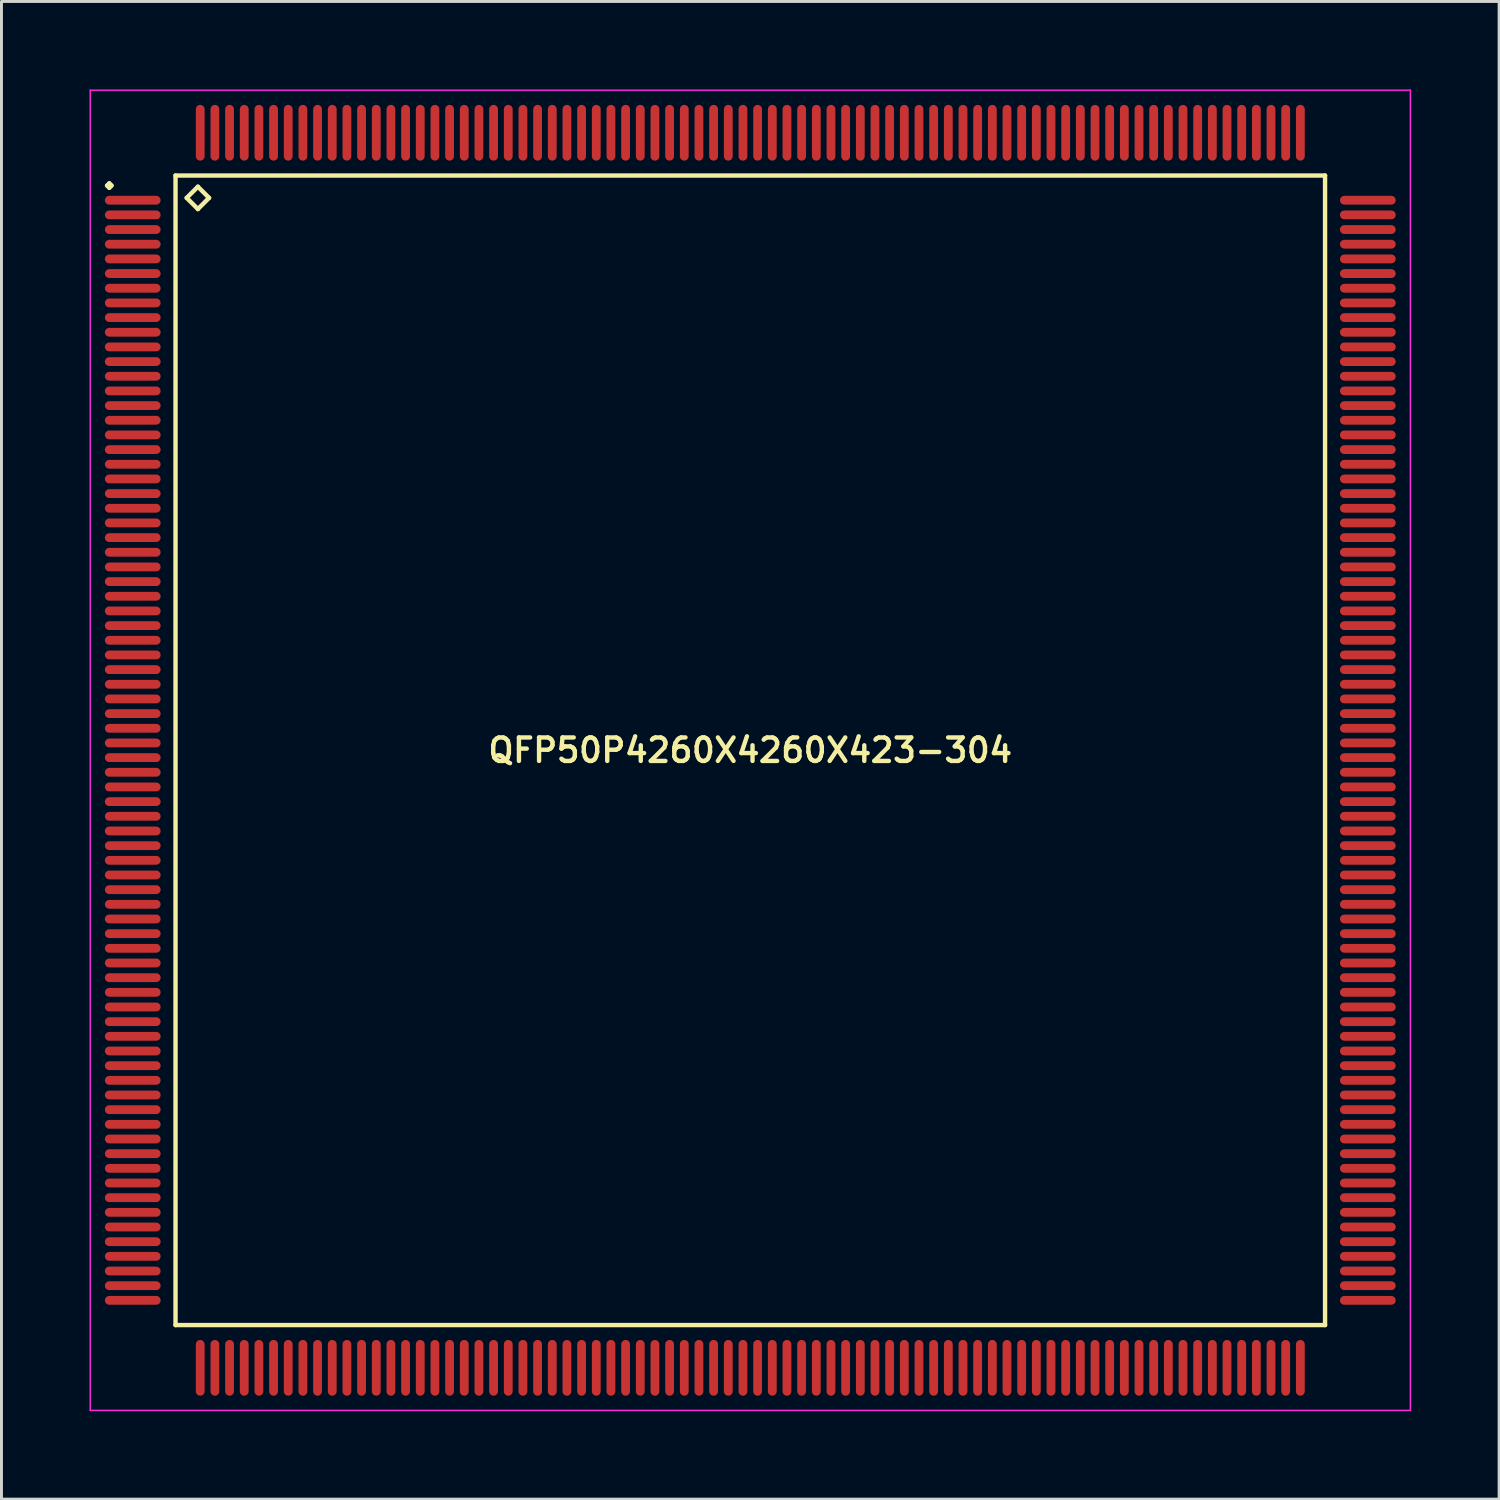
<source format=kicad_pcb>
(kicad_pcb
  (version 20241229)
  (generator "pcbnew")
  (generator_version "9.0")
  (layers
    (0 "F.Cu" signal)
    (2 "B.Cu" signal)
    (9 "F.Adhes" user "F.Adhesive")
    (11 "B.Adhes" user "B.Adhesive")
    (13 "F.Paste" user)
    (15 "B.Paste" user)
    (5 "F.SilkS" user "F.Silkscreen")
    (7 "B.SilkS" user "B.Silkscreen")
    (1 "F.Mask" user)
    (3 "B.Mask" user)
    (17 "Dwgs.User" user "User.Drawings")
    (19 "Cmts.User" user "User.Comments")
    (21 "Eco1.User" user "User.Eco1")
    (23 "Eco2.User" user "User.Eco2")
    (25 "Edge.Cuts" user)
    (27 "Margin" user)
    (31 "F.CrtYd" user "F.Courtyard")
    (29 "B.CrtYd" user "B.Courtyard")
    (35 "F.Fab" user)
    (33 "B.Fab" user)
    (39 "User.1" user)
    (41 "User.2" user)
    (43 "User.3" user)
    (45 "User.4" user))
  (footprint "QFP50P4260X4260X423-304"
    (layer "F.Cu")
    (at 22.525 22.525)
    (property "Reference" "QFP50P4260X4260X423-304" (at 0 0 0) (layer "F.SilkS") (effects (font (size 0.8 0.8) (thickness 0.15))))
    (attr smd)
    (fp_line (start -21.925 -19.25) (end -21.85 -19.325) (stroke (width 0.15) (type solid)) (layer "F.SilkS"))
    (fp_line (start -21.85 -19.325) (end -21.775 -19.25) (stroke (width 0.15) (type solid)) (layer "F.SilkS"))
    (fp_line (start -21.85 -19.175) (end -21.925 -19.25) (stroke (width 0.15) (type solid)) (layer "F.SilkS"))
    (fp_line (start -21.775 -19.25) (end -21.85 -19.175) (stroke (width 0.15) (type solid)) (layer "F.SilkS"))
    (fp_line (start -19.592 -19.592) (end -19.592 19.592) (stroke (width 0.15) (type solid)) (layer "F.SilkS"))
    (fp_line (start -19.592 19.592) (end 19.592 19.592) (stroke (width 0.15) (type solid)) (layer "F.SilkS"))
    (fp_line (start -19.211 -18.83) (end -18.83 -19.211) (stroke (width 0.15) (type solid)) (layer "F.SilkS"))
    (fp_line (start -18.83 -19.211) (end -18.449 -18.83) (stroke (width 0.15) (type solid)) (layer "F.SilkS"))
    (fp_line (start -18.83 -18.449) (end -19.211 -18.83) (stroke (width 0.15) (type solid)) (layer "F.SilkS"))
    (fp_line (start -18.449 -18.83) (end -18.83 -18.449) (stroke (width 0.15) (type solid)) (layer "F.SilkS"))
    (fp_line (start 19.592 -19.592) (end -19.592 -19.592) (stroke (width 0.15) (type solid)) (layer "F.SilkS"))
    (fp_line (start 19.592 19.592) (end 19.592 -19.592) (stroke (width 0.15) (type solid)) (layer "F.SilkS"))
    (fp_line (start -22.5 -22.5) (end 22.5 -22.5) (stroke (width 0.05) (type solid)) (layer "F.CrtYd"))
    (fp_line (start -22.5 22.5) (end -22.5 -22.5) (stroke (width 0.05) (type solid)) (layer "F.CrtYd"))
    (fp_line (start 22.5 -22.5) (end 22.5 22.5) (stroke (width 0.05) (type solid)) (layer "F.CrtYd"))
    (fp_line (start 22.5 22.5) (end -22.5 22.5) (stroke (width 0.05) (type solid)) (layer "F.CrtYd"))
    (pad "1" smd oval (at -21.05 -18.75) (size 1.9 0.3) (layers "F.Cu" "F.Mask" "F.Paste"))
    (pad "2" smd oval (at -21.05 -18.25) (size 1.9 0.3) (layers "F.Cu" "F.Mask" "F.Paste"))
    (pad "3" smd oval (at -21.05 -17.75) (size 1.9 0.3) (layers "F.Cu" "F.Mask" "F.Paste"))
    (pad "4" smd oval (at -21.05 -17.25) (size 1.9 0.3) (layers "F.Cu" "F.Mask" "F.Paste"))
    (pad "5" smd oval (at -21.05 -16.75) (size 1.9 0.3) (layers "F.Cu" "F.Mask" "F.Paste"))
    (pad "6" smd oval (at -21.05 -16.25) (size 1.9 0.3) (layers "F.Cu" "F.Mask" "F.Paste"))
    (pad "7" smd oval (at -21.05 -15.75) (size 1.9 0.3) (layers "F.Cu" "F.Mask" "F.Paste"))
    (pad "8" smd oval (at -21.05 -15.25) (size 1.9 0.3) (layers "F.Cu" "F.Mask" "F.Paste"))
    (pad "9" smd oval (at -21.05 -14.75) (size 1.9 0.3) (layers "F.Cu" "F.Mask" "F.Paste"))
    (pad "10" smd oval (at -21.05 -14.25) (size 1.9 0.3) (layers "F.Cu" "F.Mask" "F.Paste"))
    (pad "11" smd oval (at -21.05 -13.75) (size 1.9 0.3) (layers "F.Cu" "F.Mask" "F.Paste"))
    (pad "12" smd oval (at -21.05 -13.25) (size 1.9 0.3) (layers "F.Cu" "F.Mask" "F.Paste"))
    (pad "13" smd oval (at -21.05 -12.75) (size 1.9 0.3) (layers "F.Cu" "F.Mask" "F.Paste"))
    (pad "14" smd oval (at -21.05 -12.25) (size 1.9 0.3) (layers "F.Cu" "F.Mask" "F.Paste"))
    (pad "15" smd oval (at -21.05 -11.75) (size 1.9 0.3) (layers "F.Cu" "F.Mask" "F.Paste"))
    (pad "16" smd oval (at -21.05 -11.25) (size 1.9 0.3) (layers "F.Cu" "F.Mask" "F.Paste"))
    (pad "17" smd oval (at -21.05 -10.75) (size 1.9 0.3) (layers "F.Cu" "F.Mask" "F.Paste"))
    (pad "18" smd oval (at -21.05 -10.25) (size 1.9 0.3) (layers "F.Cu" "F.Mask" "F.Paste"))
    (pad "19" smd oval (at -21.05 -9.75) (size 1.9 0.3) (layers "F.Cu" "F.Mask" "F.Paste"))
    (pad "20" smd oval (at -21.05 -9.25) (size 1.9 0.3) (layers "F.Cu" "F.Mask" "F.Paste"))
    (pad "21" smd oval (at -21.05 -8.75) (size 1.9 0.3) (layers "F.Cu" "F.Mask" "F.Paste"))
    (pad "22" smd oval (at -21.05 -8.25) (size 1.9 0.3) (layers "F.Cu" "F.Mask" "F.Paste"))
    (pad "23" smd oval (at -21.05 -7.75) (size 1.9 0.3) (layers "F.Cu" "F.Mask" "F.Paste"))
    (pad "24" smd oval (at -21.05 -7.25) (size 1.9 0.3) (layers "F.Cu" "F.Mask" "F.Paste"))
    (pad "25" smd oval (at -21.05 -6.75) (size 1.9 0.3) (layers "F.Cu" "F.Mask" "F.Paste"))
    (pad "26" smd oval (at -21.05 -6.25) (size 1.9 0.3) (layers "F.Cu" "F.Mask" "F.Paste"))
    (pad "27" smd oval (at -21.05 -5.75) (size 1.9 0.3) (layers "F.Cu" "F.Mask" "F.Paste"))
    (pad "28" smd oval (at -21.05 -5.25) (size 1.9 0.3) (layers "F.Cu" "F.Mask" "F.Paste"))
    (pad "29" smd oval (at -21.05 -4.75) (size 1.9 0.3) (layers "F.Cu" "F.Mask" "F.Paste"))
    (pad "30" smd oval (at -21.05 -4.25) (size 1.9 0.3) (layers "F.Cu" "F.Mask" "F.Paste"))
    (pad "31" smd oval (at -21.05 -3.75) (size 1.9 0.3) (layers "F.Cu" "F.Mask" "F.Paste"))
    (pad "32" smd oval (at -21.05 -3.25) (size 1.9 0.3) (layers "F.Cu" "F.Mask" "F.Paste"))
    (pad "33" smd oval (at -21.05 -2.75) (size 1.9 0.3) (layers "F.Cu" "F.Mask" "F.Paste"))
    (pad "34" smd oval (at -21.05 -2.25) (size 1.9 0.3) (layers "F.Cu" "F.Mask" "F.Paste"))
    (pad "35" smd oval (at -21.05 -1.75) (size 1.9 0.3) (layers "F.Cu" "F.Mask" "F.Paste"))
    (pad "36" smd oval (at -21.05 -1.25) (size 1.9 0.3) (layers "F.Cu" "F.Mask" "F.Paste"))
    (pad "37" smd oval (at -21.05 -0.75) (size 1.9 0.3) (layers "F.Cu" "F.Mask" "F.Paste"))
    (pad "38" smd oval (at -21.05 -0.25) (size 1.9 0.3) (layers "F.Cu" "F.Mask" "F.Paste"))
    (pad "39" smd oval (at -21.05 0.25) (size 1.9 0.3) (layers "F.Cu" "F.Mask" "F.Paste"))
    (pad "40" smd oval (at -21.05 0.75) (size 1.9 0.3) (layers "F.Cu" "F.Mask" "F.Paste"))
    (pad "41" smd oval (at -21.05 1.25) (size 1.9 0.3) (layers "F.Cu" "F.Mask" "F.Paste"))
    (pad "42" smd oval (at -21.05 1.75) (size 1.9 0.3) (layers "F.Cu" "F.Mask" "F.Paste"))
    (pad "43" smd oval (at -21.05 2.25) (size 1.9 0.3) (layers "F.Cu" "F.Mask" "F.Paste"))
    (pad "44" smd oval (at -21.05 2.75) (size 1.9 0.3) (layers "F.Cu" "F.Mask" "F.Paste"))
    (pad "45" smd oval (at -21.05 3.25) (size 1.9 0.3) (layers "F.Cu" "F.Mask" "F.Paste"))
    (pad "46" smd oval (at -21.05 3.75) (size 1.9 0.3) (layers "F.Cu" "F.Mask" "F.Paste"))
    (pad "47" smd oval (at -21.05 4.25) (size 1.9 0.3) (layers "F.Cu" "F.Mask" "F.Paste"))
    (pad "48" smd oval (at -21.05 4.75) (size 1.9 0.3) (layers "F.Cu" "F.Mask" "F.Paste"))
    (pad "49" smd oval (at -21.05 5.25) (size 1.9 0.3) (layers "F.Cu" "F.Mask" "F.Paste"))
    (pad "50" smd oval (at -21.05 5.75) (size 1.9 0.3) (layers "F.Cu" "F.Mask" "F.Paste"))
    (pad "51" smd oval (at -21.05 6.25) (size 1.9 0.3) (layers "F.Cu" "F.Mask" "F.Paste"))
    (pad "52" smd oval (at -21.05 6.75) (size 1.9 0.3) (layers "F.Cu" "F.Mask" "F.Paste"))
    (pad "53" smd oval (at -21.05 7.25) (size 1.9 0.3) (layers "F.Cu" "F.Mask" "F.Paste"))
    (pad "54" smd oval (at -21.05 7.75) (size 1.9 0.3) (layers "F.Cu" "F.Mask" "F.Paste"))
    (pad "55" smd oval (at -21.05 8.25) (size 1.9 0.3) (layers "F.Cu" "F.Mask" "F.Paste"))
    (pad "56" smd oval (at -21.05 8.75) (size 1.9 0.3) (layers "F.Cu" "F.Mask" "F.Paste"))
    (pad "57" smd oval (at -21.05 9.25) (size 1.9 0.3) (layers "F.Cu" "F.Mask" "F.Paste"))
    (pad "58" smd oval (at -21.05 9.75) (size 1.9 0.3) (layers "F.Cu" "F.Mask" "F.Paste"))
    (pad "59" smd oval (at -21.05 10.25) (size 1.9 0.3) (layers "F.Cu" "F.Mask" "F.Paste"))
    (pad "60" smd oval (at -21.05 10.75) (size 1.9 0.3) (layers "F.Cu" "F.Mask" "F.Paste"))
    (pad "61" smd oval (at -21.05 11.25) (size 1.9 0.3) (layers "F.Cu" "F.Mask" "F.Paste"))
    (pad "62" smd oval (at -21.05 11.75) (size 1.9 0.3) (layers "F.Cu" "F.Mask" "F.Paste"))
    (pad "63" smd oval (at -21.05 12.25) (size 1.9 0.3) (layers "F.Cu" "F.Mask" "F.Paste"))
    (pad "64" smd oval (at -21.05 12.75) (size 1.9 0.3) (layers "F.Cu" "F.Mask" "F.Paste"))
    (pad "65" smd oval (at -21.05 13.25) (size 1.9 0.3) (layers "F.Cu" "F.Mask" "F.Paste"))
    (pad "66" smd oval (at -21.05 13.75) (size 1.9 0.3) (layers "F.Cu" "F.Mask" "F.Paste"))
    (pad "67" smd oval (at -21.05 14.25) (size 1.9 0.3) (layers "F.Cu" "F.Mask" "F.Paste"))
    (pad "68" smd oval (at -21.05 14.75) (size 1.9 0.3) (layers "F.Cu" "F.Mask" "F.Paste"))
    (pad "69" smd oval (at -21.05 15.25) (size 1.9 0.3) (layers "F.Cu" "F.Mask" "F.Paste"))
    (pad "70" smd oval (at -21.05 15.75) (size 1.9 0.3) (layers "F.Cu" "F.Mask" "F.Paste"))
    (pad "71" smd oval (at -21.05 16.25) (size 1.9 0.3) (layers "F.Cu" "F.Mask" "F.Paste"))
    (pad "72" smd oval (at -21.05 16.75) (size 1.9 0.3) (layers "F.Cu" "F.Mask" "F.Paste"))
    (pad "73" smd oval (at -21.05 17.25) (size 1.9 0.3) (layers "F.Cu" "F.Mask" "F.Paste"))
    (pad "74" smd oval (at -21.05 17.75) (size 1.9 0.3) (layers "F.Cu" "F.Mask" "F.Paste"))
    (pad "75" smd oval (at -21.05 18.25) (size 1.9 0.3) (layers "F.Cu" "F.Mask" "F.Paste"))
    (pad "76" smd oval (at -21.05 18.75) (size 1.9 0.3) (layers "F.Cu" "F.Mask" "F.Paste"))
    (pad "77" smd oval (at -18.75 21.05) (size 0.3 1.9) (layers "F.Cu" "F.Mask" "F.Paste"))
    (pad "78" smd oval (at -18.25 21.05) (size 0.3 1.9) (layers "F.Cu" "F.Mask" "F.Paste"))
    (pad "79" smd oval (at -17.75 21.05) (size 0.3 1.9) (layers "F.Cu" "F.Mask" "F.Paste"))
    (pad "80" smd oval (at -17.25 21.05) (size 0.3 1.9) (layers "F.Cu" "F.Mask" "F.Paste"))
    (pad "81" smd oval (at -16.75 21.05) (size 0.3 1.9) (layers "F.Cu" "F.Mask" "F.Paste"))
    (pad "82" smd oval (at -16.25 21.05) (size 0.3 1.9) (layers "F.Cu" "F.Mask" "F.Paste"))
    (pad "83" smd oval (at -15.75 21.05) (size 0.3 1.9) (layers "F.Cu" "F.Mask" "F.Paste"))
    (pad "84" smd oval (at -15.25 21.05) (size 0.3 1.9) (layers "F.Cu" "F.Mask" "F.Paste"))
    (pad "85" smd oval (at -14.75 21.05) (size 0.3 1.9) (layers "F.Cu" "F.Mask" "F.Paste"))
    (pad "86" smd oval (at -14.25 21.05) (size 0.3 1.9) (layers "F.Cu" "F.Mask" "F.Paste"))
    (pad "87" smd oval (at -13.75 21.05) (size 0.3 1.9) (layers "F.Cu" "F.Mask" "F.Paste"))
    (pad "88" smd oval (at -13.25 21.05) (size 0.3 1.9) (layers "F.Cu" "F.Mask" "F.Paste"))
    (pad "89" smd oval (at -12.75 21.05) (size 0.3 1.9) (layers "F.Cu" "F.Mask" "F.Paste"))
    (pad "90" smd oval (at -12.25 21.05) (size 0.3 1.9) (layers "F.Cu" "F.Mask" "F.Paste"))
    (pad "91" smd oval (at -11.75 21.05) (size 0.3 1.9) (layers "F.Cu" "F.Mask" "F.Paste"))
    (pad "92" smd oval (at -11.25 21.05) (size 0.3 1.9) (layers "F.Cu" "F.Mask" "F.Paste"))
    (pad "93" smd oval (at -10.75 21.05) (size 0.3 1.9) (layers "F.Cu" "F.Mask" "F.Paste"))
    (pad "94" smd oval (at -10.25 21.05) (size 0.3 1.9) (layers "F.Cu" "F.Mask" "F.Paste"))
    (pad "95" smd oval (at -9.75 21.05) (size 0.3 1.9) (layers "F.Cu" "F.Mask" "F.Paste"))
    (pad "96" smd oval (at -9.25 21.05) (size 0.3 1.9) (layers "F.Cu" "F.Mask" "F.Paste"))
    (pad "97" smd oval (at -8.75 21.05) (size 0.3 1.9) (layers "F.Cu" "F.Mask" "F.Paste"))
    (pad "98" smd oval (at -8.25 21.05) (size 0.3 1.9) (layers "F.Cu" "F.Mask" "F.Paste"))
    (pad "99" smd oval (at -7.75 21.05) (size 0.3 1.9) (layers "F.Cu" "F.Mask" "F.Paste"))
    (pad "100" smd oval (at -7.25 21.05) (size 0.3 1.9) (layers "F.Cu" "F.Mask" "F.Paste"))
    (pad "101" smd oval (at -6.75 21.05) (size 0.3 1.9) (layers "F.Cu" "F.Mask" "F.Paste"))
    (pad "102" smd oval (at -6.25 21.05) (size 0.3 1.9) (layers "F.Cu" "F.Mask" "F.Paste"))
    (pad "103" smd oval (at -5.75 21.05) (size 0.3 1.9) (layers "F.Cu" "F.Mask" "F.Paste"))
    (pad "104" smd oval (at -5.25 21.05) (size 0.3 1.9) (layers "F.Cu" "F.Mask" "F.Paste"))
    (pad "105" smd oval (at -4.75 21.05) (size 0.3 1.9) (layers "F.Cu" "F.Mask" "F.Paste"))
    (pad "106" smd oval (at -4.25 21.05) (size 0.3 1.9) (layers "F.Cu" "F.Mask" "F.Paste"))
    (pad "107" smd oval (at -3.75 21.05) (size 0.3 1.9) (layers "F.Cu" "F.Mask" "F.Paste"))
    (pad "108" smd oval (at -3.25 21.05) (size 0.3 1.9) (layers "F.Cu" "F.Mask" "F.Paste"))
    (pad "109" smd oval (at -2.75 21.05) (size 0.3 1.9) (layers "F.Cu" "F.Mask" "F.Paste"))
    (pad "110" smd oval (at -2.25 21.05) (size 0.3 1.9) (layers "F.Cu" "F.Mask" "F.Paste"))
    (pad "111" smd oval (at -1.75 21.05) (size 0.3 1.9) (layers "F.Cu" "F.Mask" "F.Paste"))
    (pad "112" smd oval (at -1.25 21.05) (size 0.3 1.9) (layers "F.Cu" "F.Mask" "F.Paste"))
    (pad "113" smd oval (at -0.75 21.05) (size 0.3 1.9) (layers "F.Cu" "F.Mask" "F.Paste"))
    (pad "114" smd oval (at -0.25 21.05) (size 0.3 1.9) (layers "F.Cu" "F.Mask" "F.Paste"))
    (pad "115" smd oval (at 0.25 21.05) (size 0.3 1.9) (layers "F.Cu" "F.Mask" "F.Paste"))
    (pad "116" smd oval (at 0.75 21.05) (size 0.3 1.9) (layers "F.Cu" "F.Mask" "F.Paste"))
    (pad "117" smd oval (at 1.25 21.05) (size 0.3 1.9) (layers "F.Cu" "F.Mask" "F.Paste"))
    (pad "118" smd oval (at 1.75 21.05) (size 0.3 1.9) (layers "F.Cu" "F.Mask" "F.Paste"))
    (pad "119" smd oval (at 2.25 21.05) (size 0.3 1.9) (layers "F.Cu" "F.Mask" "F.Paste"))
    (pad "120" smd oval (at 2.75 21.05) (size 0.3 1.9) (layers "F.Cu" "F.Mask" "F.Paste"))
    (pad "121" smd oval (at 3.25 21.05) (size 0.3 1.9) (layers "F.Cu" "F.Mask" "F.Paste"))
    (pad "122" smd oval (at 3.75 21.05) (size 0.3 1.9) (layers "F.Cu" "F.Mask" "F.Paste"))
    (pad "123" smd oval (at 4.25 21.05) (size 0.3 1.9) (layers "F.Cu" "F.Mask" "F.Paste"))
    (pad "124" smd oval (at 4.75 21.05) (size 0.3 1.9) (layers "F.Cu" "F.Mask" "F.Paste"))
    (pad "125" smd oval (at 5.25 21.05) (size 0.3 1.9) (layers "F.Cu" "F.Mask" "F.Paste"))
    (pad "126" smd oval (at 5.75 21.05) (size 0.3 1.9) (layers "F.Cu" "F.Mask" "F.Paste"))
    (pad "127" smd oval (at 6.25 21.05) (size 0.3 1.9) (layers "F.Cu" "F.Mask" "F.Paste"))
    (pad "128" smd oval (at 6.75 21.05) (size 0.3 1.9) (layers "F.Cu" "F.Mask" "F.Paste"))
    (pad "129" smd oval (at 7.25 21.05) (size 0.3 1.9) (layers "F.Cu" "F.Mask" "F.Paste"))
    (pad "130" smd oval (at 7.75 21.05) (size 0.3 1.9) (layers "F.Cu" "F.Mask" "F.Paste"))
    (pad "131" smd oval (at 8.25 21.05) (size 0.3 1.9) (layers "F.Cu" "F.Mask" "F.Paste"))
    (pad "132" smd oval (at 8.75 21.05) (size 0.3 1.9) (layers "F.Cu" "F.Mask" "F.Paste"))
    (pad "133" smd oval (at 9.25 21.05) (size 0.3 1.9) (layers "F.Cu" "F.Mask" "F.Paste"))
    (pad "134" smd oval (at 9.75 21.05) (size 0.3 1.9) (layers "F.Cu" "F.Mask" "F.Paste"))
    (pad "135" smd oval (at 10.25 21.05) (size 0.3 1.9) (layers "F.Cu" "F.Mask" "F.Paste"))
    (pad "136" smd oval (at 10.75 21.05) (size 0.3 1.9) (layers "F.Cu" "F.Mask" "F.Paste"))
    (pad "137" smd oval (at 11.25 21.05) (size 0.3 1.9) (layers "F.Cu" "F.Mask" "F.Paste"))
    (pad "138" smd oval (at 11.75 21.05) (size 0.3 1.9) (layers "F.Cu" "F.Mask" "F.Paste"))
    (pad "139" smd oval (at 12.25 21.05) (size 0.3 1.9) (layers "F.Cu" "F.Mask" "F.Paste"))
    (pad "140" smd oval (at 12.75 21.05) (size 0.3 1.9) (layers "F.Cu" "F.Mask" "F.Paste"))
    (pad "141" smd oval (at 13.25 21.05) (size 0.3 1.9) (layers "F.Cu" "F.Mask" "F.Paste"))
    (pad "142" smd oval (at 13.75 21.05) (size 0.3 1.9) (layers "F.Cu" "F.Mask" "F.Paste"))
    (pad "143" smd oval (at 14.25 21.05) (size 0.3 1.9) (layers "F.Cu" "F.Mask" "F.Paste"))
    (pad "144" smd oval (at 14.75 21.05) (size 0.3 1.9) (layers "F.Cu" "F.Mask" "F.Paste"))
    (pad "145" smd oval (at 15.25 21.05) (size 0.3 1.9) (layers "F.Cu" "F.Mask" "F.Paste"))
    (pad "146" smd oval (at 15.75 21.05) (size 0.3 1.9) (layers "F.Cu" "F.Mask" "F.Paste"))
    (pad "147" smd oval (at 16.25 21.05) (size 0.3 1.9) (layers "F.Cu" "F.Mask" "F.Paste"))
    (pad "148" smd oval (at 16.75 21.05) (size 0.3 1.9) (layers "F.Cu" "F.Mask" "F.Paste"))
    (pad "149" smd oval (at 17.25 21.05) (size 0.3 1.9) (layers "F.Cu" "F.Mask" "F.Paste"))
    (pad "150" smd oval (at 17.75 21.05) (size 0.3 1.9) (layers "F.Cu" "F.Mask" "F.Paste"))
    (pad "151" smd oval (at 18.25 21.05) (size 0.3 1.9) (layers "F.Cu" "F.Mask" "F.Paste"))
    (pad "152" smd oval (at 18.75 21.05) (size 0.3 1.9) (layers "F.Cu" "F.Mask" "F.Paste"))
    (pad "153" smd oval (at 21.05 18.75) (size 1.9 0.3) (layers "F.Cu" "F.Mask" "F.Paste"))
    (pad "154" smd oval (at 21.05 18.25) (size 1.9 0.3) (layers "F.Cu" "F.Mask" "F.Paste"))
    (pad "155" smd oval (at 21.05 17.75) (size 1.9 0.3) (layers "F.Cu" "F.Mask" "F.Paste"))
    (pad "156" smd oval (at 21.05 17.25) (size 1.9 0.3) (layers "F.Cu" "F.Mask" "F.Paste"))
    (pad "157" smd oval (at 21.05 16.75) (size 1.9 0.3) (layers "F.Cu" "F.Mask" "F.Paste"))
    (pad "158" smd oval (at 21.05 16.25) (size 1.9 0.3) (layers "F.Cu" "F.Mask" "F.Paste"))
    (pad "159" smd oval (at 21.05 15.75) (size 1.9 0.3) (layers "F.Cu" "F.Mask" "F.Paste"))
    (pad "160" smd oval (at 21.05 15.25) (size 1.9 0.3) (layers "F.Cu" "F.Mask" "F.Paste"))
    (pad "161" smd oval (at 21.05 14.75) (size 1.9 0.3) (layers "F.Cu" "F.Mask" "F.Paste"))
    (pad "162" smd oval (at 21.05 14.25) (size 1.9 0.3) (layers "F.Cu" "F.Mask" "F.Paste"))
    (pad "163" smd oval (at 21.05 13.75) (size 1.9 0.3) (layers "F.Cu" "F.Mask" "F.Paste"))
    (pad "164" smd oval (at 21.05 13.25) (size 1.9 0.3) (layers "F.Cu" "F.Mask" "F.Paste"))
    (pad "165" smd oval (at 21.05 12.75) (size 1.9 0.3) (layers "F.Cu" "F.Mask" "F.Paste"))
    (pad "166" smd oval (at 21.05 12.25) (size 1.9 0.3) (layers "F.Cu" "F.Mask" "F.Paste"))
    (pad "167" smd oval (at 21.05 11.75) (size 1.9 0.3) (layers "F.Cu" "F.Mask" "F.Paste"))
    (pad "168" smd oval (at 21.05 11.25) (size 1.9 0.3) (layers "F.Cu" "F.Mask" "F.Paste"))
    (pad "169" smd oval (at 21.05 10.75) (size 1.9 0.3) (layers "F.Cu" "F.Mask" "F.Paste"))
    (pad "170" smd oval (at 21.05 10.25) (size 1.9 0.3) (layers "F.Cu" "F.Mask" "F.Paste"))
    (pad "171" smd oval (at 21.05 9.75) (size 1.9 0.3) (layers "F.Cu" "F.Mask" "F.Paste"))
    (pad "172" smd oval (at 21.05 9.25) (size 1.9 0.3) (layers "F.Cu" "F.Mask" "F.Paste"))
    (pad "173" smd oval (at 21.05 8.75) (size 1.9 0.3) (layers "F.Cu" "F.Mask" "F.Paste"))
    (pad "174" smd oval (at 21.05 8.25) (size 1.9 0.3) (layers "F.Cu" "F.Mask" "F.Paste"))
    (pad "175" smd oval (at 21.05 7.75) (size 1.9 0.3) (layers "F.Cu" "F.Mask" "F.Paste"))
    (pad "176" smd oval (at 21.05 7.25) (size 1.9 0.3) (layers "F.Cu" "F.Mask" "F.Paste"))
    (pad "177" smd oval (at 21.05 6.75) (size 1.9 0.3) (layers "F.Cu" "F.Mask" "F.Paste"))
    (pad "178" smd oval (at 21.05 6.25) (size 1.9 0.3) (layers "F.Cu" "F.Mask" "F.Paste"))
    (pad "179" smd oval (at 21.05 5.75) (size 1.9 0.3) (layers "F.Cu" "F.Mask" "F.Paste"))
    (pad "180" smd oval (at 21.05 5.25) (size 1.9 0.3) (layers "F.Cu" "F.Mask" "F.Paste"))
    (pad "181" smd oval (at 21.05 4.75) (size 1.9 0.3) (layers "F.Cu" "F.Mask" "F.Paste"))
    (pad "182" smd oval (at 21.05 4.25) (size 1.9 0.3) (layers "F.Cu" "F.Mask" "F.Paste"))
    (pad "183" smd oval (at 21.05 3.75) (size 1.9 0.3) (layers "F.Cu" "F.Mask" "F.Paste"))
    (pad "184" smd oval (at 21.05 3.25) (size 1.9 0.3) (layers "F.Cu" "F.Mask" "F.Paste"))
    (pad "185" smd oval (at 21.05 2.75) (size 1.9 0.3) (layers "F.Cu" "F.Mask" "F.Paste"))
    (pad "186" smd oval (at 21.05 2.25) (size 1.9 0.3) (layers "F.Cu" "F.Mask" "F.Paste"))
    (pad "187" smd oval (at 21.05 1.75) (size 1.9 0.3) (layers "F.Cu" "F.Mask" "F.Paste"))
    (pad "188" smd oval (at 21.05 1.25) (size 1.9 0.3) (layers "F.Cu" "F.Mask" "F.Paste"))
    (pad "189" smd oval (at 21.05 0.75) (size 1.9 0.3) (layers "F.Cu" "F.Mask" "F.Paste"))
    (pad "190" smd oval (at 21.05 0.25) (size 1.9 0.3) (layers "F.Cu" "F.Mask" "F.Paste"))
    (pad "191" smd oval (at 21.05 -0.25) (size 1.9 0.3) (layers "F.Cu" "F.Mask" "F.Paste"))
    (pad "192" smd oval (at 21.05 -0.75) (size 1.9 0.3) (layers "F.Cu" "F.Mask" "F.Paste"))
    (pad "193" smd oval (at 21.05 -1.25) (size 1.9 0.3) (layers "F.Cu" "F.Mask" "F.Paste"))
    (pad "194" smd oval (at 21.05 -1.75) (size 1.9 0.3) (layers "F.Cu" "F.Mask" "F.Paste"))
    (pad "195" smd oval (at 21.05 -2.25) (size 1.9 0.3) (layers "F.Cu" "F.Mask" "F.Paste"))
    (pad "196" smd oval (at 21.05 -2.75) (size 1.9 0.3) (layers "F.Cu" "F.Mask" "F.Paste"))
    (pad "197" smd oval (at 21.05 -3.25) (size 1.9 0.3) (layers "F.Cu" "F.Mask" "F.Paste"))
    (pad "198" smd oval (at 21.05 -3.75) (size 1.9 0.3) (layers "F.Cu" "F.Mask" "F.Paste"))
    (pad "199" smd oval (at 21.05 -4.25) (size 1.9 0.3) (layers "F.Cu" "F.Mask" "F.Paste"))
    (pad "200" smd oval (at 21.05 -4.75) (size 1.9 0.3) (layers "F.Cu" "F.Mask" "F.Paste"))
    (pad "201" smd oval (at 21.05 -5.25) (size 1.9 0.3) (layers "F.Cu" "F.Mask" "F.Paste"))
    (pad "202" smd oval (at 21.05 -5.75) (size 1.9 0.3) (layers "F.Cu" "F.Mask" "F.Paste"))
    (pad "203" smd oval (at 21.05 -6.25) (size 1.9 0.3) (layers "F.Cu" "F.Mask" "F.Paste"))
    (pad "204" smd oval (at 21.05 -6.75) (size 1.9 0.3) (layers "F.Cu" "F.Mask" "F.Paste"))
    (pad "205" smd oval (at 21.05 -7.25) (size 1.9 0.3) (layers "F.Cu" "F.Mask" "F.Paste"))
    (pad "206" smd oval (at 21.05 -7.75) (size 1.9 0.3) (layers "F.Cu" "F.Mask" "F.Paste"))
    (pad "207" smd oval (at 21.05 -8.25) (size 1.9 0.3) (layers "F.Cu" "F.Mask" "F.Paste"))
    (pad "208" smd oval (at 21.05 -8.75) (size 1.9 0.3) (layers "F.Cu" "F.Mask" "F.Paste"))
    (pad "209" smd oval (at 21.05 -9.25) (size 1.9 0.3) (layers "F.Cu" "F.Mask" "F.Paste"))
    (pad "210" smd oval (at 21.05 -9.75) (size 1.9 0.3) (layers "F.Cu" "F.Mask" "F.Paste"))
    (pad "211" smd oval (at 21.05 -10.25) (size 1.9 0.3) (layers "F.Cu" "F.Mask" "F.Paste"))
    (pad "212" smd oval (at 21.05 -10.75) (size 1.9 0.3) (layers "F.Cu" "F.Mask" "F.Paste"))
    (pad "213" smd oval (at 21.05 -11.25) (size 1.9 0.3) (layers "F.Cu" "F.Mask" "F.Paste"))
    (pad "214" smd oval (at 21.05 -11.75) (size 1.9 0.3) (layers "F.Cu" "F.Mask" "F.Paste"))
    (pad "215" smd oval (at 21.05 -12.25) (size 1.9 0.3) (layers "F.Cu" "F.Mask" "F.Paste"))
    (pad "216" smd oval (at 21.05 -12.75) (size 1.9 0.3) (layers "F.Cu" "F.Mask" "F.Paste"))
    (pad "217" smd oval (at 21.05 -13.25) (size 1.9 0.3) (layers "F.Cu" "F.Mask" "F.Paste"))
    (pad "218" smd oval (at 21.05 -13.75) (size 1.9 0.3) (layers "F.Cu" "F.Mask" "F.Paste"))
    (pad "219" smd oval (at 21.05 -14.25) (size 1.9 0.3) (layers "F.Cu" "F.Mask" "F.Paste"))
    (pad "220" smd oval (at 21.05 -14.75) (size 1.9 0.3) (layers "F.Cu" "F.Mask" "F.Paste"))
    (pad "221" smd oval (at 21.05 -15.25) (size 1.9 0.3) (layers "F.Cu" "F.Mask" "F.Paste"))
    (pad "222" smd oval (at 21.05 -15.75) (size 1.9 0.3) (layers "F.Cu" "F.Mask" "F.Paste"))
    (pad "223" smd oval (at 21.05 -16.25) (size 1.9 0.3) (layers "F.Cu" "F.Mask" "F.Paste"))
    (pad "224" smd oval (at 21.05 -16.75) (size 1.9 0.3) (layers "F.Cu" "F.Mask" "F.Paste"))
    (pad "225" smd oval (at 21.05 -17.25) (size 1.9 0.3) (layers "F.Cu" "F.Mask" "F.Paste"))
    (pad "226" smd oval (at 21.05 -17.75) (size 1.9 0.3) (layers "F.Cu" "F.Mask" "F.Paste"))
    (pad "227" smd oval (at 21.05 -18.25) (size 1.9 0.3) (layers "F.Cu" "F.Mask" "F.Paste"))
    (pad "228" smd oval (at 21.05 -18.75) (size 1.9 0.3) (layers "F.Cu" "F.Mask" "F.Paste"))
    (pad "229" smd oval (at 18.75 -21.05) (size 0.3 1.9) (layers "F.Cu" "F.Mask" "F.Paste"))
    (pad "230" smd oval (at 18.25 -21.05) (size 0.3 1.9) (layers "F.Cu" "F.Mask" "F.Paste"))
    (pad "231" smd oval (at 17.75 -21.05) (size 0.3 1.9) (layers "F.Cu" "F.Mask" "F.Paste"))
    (pad "232" smd oval (at 17.25 -21.05) (size 0.3 1.9) (layers "F.Cu" "F.Mask" "F.Paste"))
    (pad "233" smd oval (at 16.75 -21.05) (size 0.3 1.9) (layers "F.Cu" "F.Mask" "F.Paste"))
    (pad "234" smd oval (at 16.25 -21.05) (size 0.3 1.9) (layers "F.Cu" "F.Mask" "F.Paste"))
    (pad "235" smd oval (at 15.75 -21.05) (size 0.3 1.9) (layers "F.Cu" "F.Mask" "F.Paste"))
    (pad "236" smd oval (at 15.25 -21.05) (size 0.3 1.9) (layers "F.Cu" "F.Mask" "F.Paste"))
    (pad "237" smd oval (at 14.75 -21.05) (size 0.3 1.9) (layers "F.Cu" "F.Mask" "F.Paste"))
    (pad "238" smd oval (at 14.25 -21.05) (size 0.3 1.9) (layers "F.Cu" "F.Mask" "F.Paste"))
    (pad "239" smd oval (at 13.75 -21.05) (size 0.3 1.9) (layers "F.Cu" "F.Mask" "F.Paste"))
    (pad "240" smd oval (at 13.25 -21.05) (size 0.3 1.9) (layers "F.Cu" "F.Mask" "F.Paste"))
    (pad "241" smd oval (at 12.75 -21.05) (size 0.3 1.9) (layers "F.Cu" "F.Mask" "F.Paste"))
    (pad "242" smd oval (at 12.25 -21.05) (size 0.3 1.9) (layers "F.Cu" "F.Mask" "F.Paste"))
    (pad "243" smd oval (at 11.75 -21.05) (size 0.3 1.9) (layers "F.Cu" "F.Mask" "F.Paste"))
    (pad "244" smd oval (at 11.25 -21.05) (size 0.3 1.9) (layers "F.Cu" "F.Mask" "F.Paste"))
    (pad "245" smd oval (at 10.75 -21.05) (size 0.3 1.9) (layers "F.Cu" "F.Mask" "F.Paste"))
    (pad "246" smd oval (at 10.25 -21.05) (size 0.3 1.9) (layers "F.Cu" "F.Mask" "F.Paste"))
    (pad "247" smd oval (at 9.75 -21.05) (size 0.3 1.9) (layers "F.Cu" "F.Mask" "F.Paste"))
    (pad "248" smd oval (at 9.25 -21.05) (size 0.3 1.9) (layers "F.Cu" "F.Mask" "F.Paste"))
    (pad "249" smd oval (at 8.75 -21.05) (size 0.3 1.9) (layers "F.Cu" "F.Mask" "F.Paste"))
    (pad "250" smd oval (at 8.25 -21.05) (size 0.3 1.9) (layers "F.Cu" "F.Mask" "F.Paste"))
    (pad "251" smd oval (at 7.75 -21.05) (size 0.3 1.9) (layers "F.Cu" "F.Mask" "F.Paste"))
    (pad "252" smd oval (at 7.25 -21.05) (size 0.3 1.9) (layers "F.Cu" "F.Mask" "F.Paste"))
    (pad "253" smd oval (at 6.75 -21.05) (size 0.3 1.9) (layers "F.Cu" "F.Mask" "F.Paste"))
    (pad "254" smd oval (at 6.25 -21.05) (size 0.3 1.9) (layers "F.Cu" "F.Mask" "F.Paste"))
    (pad "255" smd oval (at 5.75 -21.05) (size 0.3 1.9) (layers "F.Cu" "F.Mask" "F.Paste"))
    (pad "256" smd oval (at 5.25 -21.05) (size 0.3 1.9) (layers "F.Cu" "F.Mask" "F.Paste"))
    (pad "257" smd oval (at 4.75 -21.05) (size 0.3 1.9) (layers "F.Cu" "F.Mask" "F.Paste"))
    (pad "258" smd oval (at 4.25 -21.05) (size 0.3 1.9) (layers "F.Cu" "F.Mask" "F.Paste"))
    (pad "259" smd oval (at 3.75 -21.05) (size 0.3 1.9) (layers "F.Cu" "F.Mask" "F.Paste"))
    (pad "260" smd oval (at 3.25 -21.05) (size 0.3 1.9) (layers "F.Cu" "F.Mask" "F.Paste"))
    (pad "261" smd oval (at 2.75 -21.05) (size 0.3 1.9) (layers "F.Cu" "F.Mask" "F.Paste"))
    (pad "262" smd oval (at 2.25 -21.05) (size 0.3 1.9) (layers "F.Cu" "F.Mask" "F.Paste"))
    (pad "263" smd oval (at 1.75 -21.05) (size 0.3 1.9) (layers "F.Cu" "F.Mask" "F.Paste"))
    (pad "264" smd oval (at 1.25 -21.05) (size 0.3 1.9) (layers "F.Cu" "F.Mask" "F.Paste"))
    (pad "265" smd oval (at 0.75 -21.05) (size 0.3 1.9) (layers "F.Cu" "F.Mask" "F.Paste"))
    (pad "266" smd oval (at 0.25 -21.05) (size 0.3 1.9) (layers "F.Cu" "F.Mask" "F.Paste"))
    (pad "267" smd oval (at -0.25 -21.05) (size 0.3 1.9) (layers "F.Cu" "F.Mask" "F.Paste"))
    (pad "268" smd oval (at -0.75 -21.05) (size 0.3 1.9) (layers "F.Cu" "F.Mask" "F.Paste"))
    (pad "269" smd oval (at -1.25 -21.05) (size 0.3 1.9) (layers "F.Cu" "F.Mask" "F.Paste"))
    (pad "270" smd oval (at -1.75 -21.05) (size 0.3 1.9) (layers "F.Cu" "F.Mask" "F.Paste"))
    (pad "271" smd oval (at -2.25 -21.05) (size 0.3 1.9) (layers "F.Cu" "F.Mask" "F.Paste"))
    (pad "272" smd oval (at -2.75 -21.05) (size 0.3 1.9) (layers "F.Cu" "F.Mask" "F.Paste"))
    (pad "273" smd oval (at -3.25 -21.05) (size 0.3 1.9) (layers "F.Cu" "F.Mask" "F.Paste"))
    (pad "274" smd oval (at -3.75 -21.05) (size 0.3 1.9) (layers "F.Cu" "F.Mask" "F.Paste"))
    (pad "275" smd oval (at -4.25 -21.05) (size 0.3 1.9) (layers "F.Cu" "F.Mask" "F.Paste"))
    (pad "276" smd oval (at -4.75 -21.05) (size 0.3 1.9) (layers "F.Cu" "F.Mask" "F.Paste"))
    (pad "277" smd oval (at -5.25 -21.05) (size 0.3 1.9) (layers "F.Cu" "F.Mask" "F.Paste"))
    (pad "278" smd oval (at -5.75 -21.05) (size 0.3 1.9) (layers "F.Cu" "F.Mask" "F.Paste"))
    (pad "279" smd oval (at -6.25 -21.05) (size 0.3 1.9) (layers "F.Cu" "F.Mask" "F.Paste"))
    (pad "280" smd oval (at -6.75 -21.05) (size 0.3 1.9) (layers "F.Cu" "F.Mask" "F.Paste"))
    (pad "281" smd oval (at -7.25 -21.05) (size 0.3 1.9) (layers "F.Cu" "F.Mask" "F.Paste"))
    (pad "282" smd oval (at -7.75 -21.05) (size 0.3 1.9) (layers "F.Cu" "F.Mask" "F.Paste"))
    (pad "283" smd oval (at -8.25 -21.05) (size 0.3 1.9) (layers "F.Cu" "F.Mask" "F.Paste"))
    (pad "284" smd oval (at -8.75 -21.05) (size 0.3 1.9) (layers "F.Cu" "F.Mask" "F.Paste"))
    (pad "285" smd oval (at -9.25 -21.05) (size 0.3 1.9) (layers "F.Cu" "F.Mask" "F.Paste"))
    (pad "286" smd oval (at -9.75 -21.05) (size 0.3 1.9) (layers "F.Cu" "F.Mask" "F.Paste"))
    (pad "287" smd oval (at -10.25 -21.05) (size 0.3 1.9) (layers "F.Cu" "F.Mask" "F.Paste"))
    (pad "288" smd oval (at -10.75 -21.05) (size 0.3 1.9) (layers "F.Cu" "F.Mask" "F.Paste"))
    (pad "289" smd oval (at -11.25 -21.05) (size 0.3 1.9) (layers "F.Cu" "F.Mask" "F.Paste"))
    (pad "290" smd oval (at -11.75 -21.05) (size 0.3 1.9) (layers "F.Cu" "F.Mask" "F.Paste"))
    (pad "291" smd oval (at -12.25 -21.05) (size 0.3 1.9) (layers "F.Cu" "F.Mask" "F.Paste"))
    (pad "292" smd oval (at -12.75 -21.05) (size 0.3 1.9) (layers "F.Cu" "F.Mask" "F.Paste"))
    (pad "293" smd oval (at -13.25 -21.05) (size 0.3 1.9) (layers "F.Cu" "F.Mask" "F.Paste"))
    (pad "294" smd oval (at -13.75 -21.05) (size 0.3 1.9) (layers "F.Cu" "F.Mask" "F.Paste"))
    (pad "295" smd oval (at -14.25 -21.05) (size 0.3 1.9) (layers "F.Cu" "F.Mask" "F.Paste"))
    (pad "296" smd oval (at -14.75 -21.05) (size 0.3 1.9) (layers "F.Cu" "F.Mask" "F.Paste"))
    (pad "297" smd oval (at -15.25 -21.05) (size 0.3 1.9) (layers "F.Cu" "F.Mask" "F.Paste"))
    (pad "298" smd oval (at -15.75 -21.05) (size 0.3 1.9) (layers "F.Cu" "F.Mask" "F.Paste"))
    (pad "299" smd oval (at -16.25 -21.05) (size 0.3 1.9) (layers "F.Cu" "F.Mask" "F.Paste"))
    (pad "300" smd oval (at -16.75 -21.05) (size 0.3 1.9) (layers "F.Cu" "F.Mask" "F.Paste"))
    (pad "301" smd oval (at -17.25 -21.05) (size 0.3 1.9) (layers "F.Cu" "F.Mask" "F.Paste"))
    (pad "302" smd oval (at -17.75 -21.05) (size 0.3 1.9) (layers "F.Cu" "F.Mask" "F.Paste"))
    (pad "303" smd oval (at -18.25 -21.05) (size 0.3 1.9) (layers "F.Cu" "F.Mask" "F.Paste"))
    (pad "304" smd oval (at -18.75 -21.05) (size 0.3 1.9) (layers "F.Cu" "F.Mask" "F.Paste")))
  (gr_rect
    (start -3 -3)
    (end 48.05 48.05)
    (stroke (width 0.1) (type default))
    (fill no)
    (layer "Edge.Cuts")))
</source>
